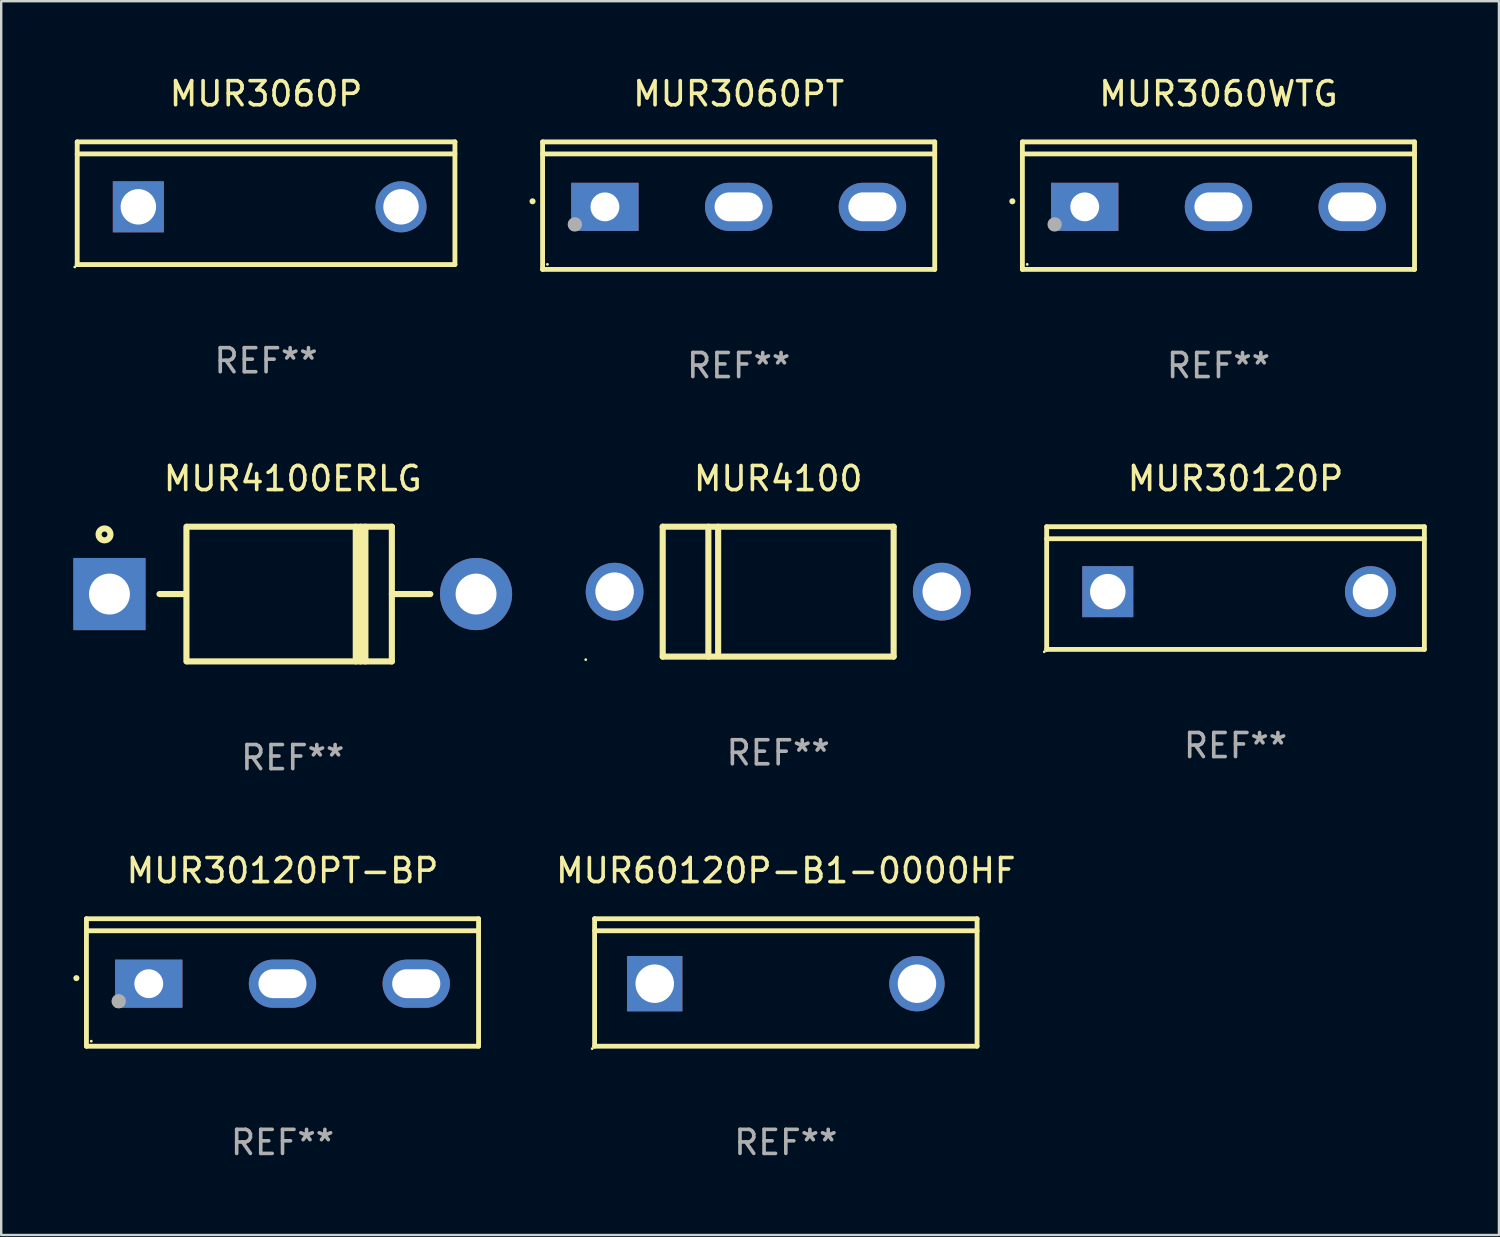
<source format=kicad_pcb>
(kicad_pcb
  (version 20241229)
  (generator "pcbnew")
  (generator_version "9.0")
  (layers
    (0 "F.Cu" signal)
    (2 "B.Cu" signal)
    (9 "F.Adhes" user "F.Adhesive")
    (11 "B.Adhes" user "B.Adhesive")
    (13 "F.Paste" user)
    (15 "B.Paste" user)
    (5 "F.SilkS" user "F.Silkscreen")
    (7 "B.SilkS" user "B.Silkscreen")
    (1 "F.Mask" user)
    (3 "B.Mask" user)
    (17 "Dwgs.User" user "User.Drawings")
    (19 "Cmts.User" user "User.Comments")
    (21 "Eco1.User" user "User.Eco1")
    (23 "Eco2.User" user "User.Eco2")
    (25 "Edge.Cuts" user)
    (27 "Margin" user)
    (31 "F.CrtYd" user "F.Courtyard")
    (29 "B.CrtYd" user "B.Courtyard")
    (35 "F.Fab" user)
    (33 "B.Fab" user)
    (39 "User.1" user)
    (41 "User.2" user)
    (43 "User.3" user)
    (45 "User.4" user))
  (footprint "MUR30120P"
    (layer "F.Cu")
    (at 48.312 21.396)
    (property "Reference" "MUR30120P" (at 0 -4.55 0) (layer "F.SilkS") (effects (font (size 1 1) (thickness 0.15))))
    (attr through_hole)
    (fp_line (start -7.851 -2.55) (end 7.851 -2.55) (stroke (width 0.201) (type solid)) (layer "F.SilkS"))
    (fp_line (start -7.851 -2.05) (end 7.851 -2.05) (stroke (width 0.201) (type solid)) (layer "F.SilkS"))
    (fp_line (start -7.851 2.55) (end -7.851 -2.55) (stroke (width 0.201) (type solid)) (layer "F.SilkS"))
    (fp_line (start 7.851 -2.55) (end 7.851 2.55) (stroke (width 0.201) (type solid)) (layer "F.SilkS"))
    (fp_line (start 7.851 2.55) (end -7.851 2.55) (stroke (width 0.201) (type solid)) (layer "F.SilkS"))
    (fp_circle (center -7.951 2.65) (end -7.921 2.65) (stroke (width 0.06) (type solid)) (fill no) (layer "F.SilkS"))
    (fp_text user "REF**" (at 0 6.55 0) (layer "F.Fab") (effects (font (size 1 1) (thickness 0.15))))
    (pad "1" thru_hole rect (at -5.31 0.15) (size 2.121 2.121) (drill 1.473) (layers "*.Cu" "*.Mask"))
    (pad "3" thru_hole circle (at 5.61 0.15) (size 2.121 2.121) (drill 1.473) (layers "*.Cu" "*.Mask")))
  (footprint "MUR4100"
    (layer "F.Cu")
    (at 29.3 21.546)
    (property "Reference" "MUR4100" (at 0 -4.7 0) (layer "F.SilkS") (effects (font (size 1 1) (thickness 0.15))))
    (attr through_hole)
    (fp_line (start -4.8 -2.7) (end -4.8 2.7) (stroke (width 0.254) (type solid)) (layer "F.SilkS"))
    (fp_line (start -4.8 -2.7) (end 4.8 -2.7) (stroke (width 0.254) (type solid)) (layer "F.SilkS"))
    (fp_line (start -2.902 -2.7) (end -2.902 2.7) (stroke (width 0.254) (type solid)) (layer "F.SilkS"))
    (fp_line (start -2.496 -2.7) (end -2.496 2.54) (stroke (width 0.254) (type solid)) (layer "F.SilkS"))
    (fp_line (start 4.8 -2.7) (end 4.8 2.7) (stroke (width 0.254) (type solid)) (layer "F.SilkS"))
    (fp_line (start 4.8 2.7) (end -4.8 2.7) (stroke (width 0.254) (type solid)) (layer "F.SilkS"))
    (fp_circle (center -8 2.827) (end -7.97 2.827) (stroke (width 0.06) (type solid)) (fill no) (layer "F.SilkS"))
    (fp_text user "REF**" (at 0 6.7 0) (layer "F.Fab") (effects (font (size 1 1) (thickness 0.15))))
    (pad "1" thru_hole circle (at -6.8 0) (size 2.4 2.4) (drill 1.6) (layers "*.Cu" "*.Mask"))
    (pad "2" thru_hole circle (at 6.8 0) (size 2.4 2.4) (drill 1.6) (layers "*.Cu" "*.Mask")))
  (footprint "MUR30120PT-BP"
    (layer "F.Cu")
    (at 8.694 37.793)
    (property "Reference" "MUR30120PT-BP" (at 0 -4.65 0) (layer "F.SilkS") (effects (font (size 1 1) (thickness 0.15))))
    (attr through_hole)
    (fp_line (start -8.151 -2.65) (end -8.151 2.65) (stroke (width 0.201) (type solid)) (layer "F.SilkS"))
    (fp_line (start 8.151 -2.65) (end -8.151 -2.65) (stroke (width 0.201) (type solid)) (layer "F.SilkS"))
    (fp_line (start 8.151 -2.15) (end -8.151 -2.15) (stroke (width 0.201) (type solid)) (layer "F.SilkS"))
    (fp_line (start 8.151 2.65) (end -8.151 2.65) (stroke (width 0.201) (type solid)) (layer "F.SilkS"))
    (fp_line (start 8.151 2.65) (end 8.151 -2.65) (stroke (width 0.201) (type solid)) (layer "F.SilkS"))
    (fp_arc (start -8.570003 -0.18048) (mid -8.568733 -0.180486) (end -8.567463 -0.18048) (stroke (width 0.24892) (type solid)) (layer "F.SilkS"))
    (fp_circle (center -7.95 2.44) (end -7.92 2.44) (stroke (width 0.06) (type solid)) (fill no) (layer "F.SilkS"))
    (fp_circle (center -6.81 0.78) (end -6.66 0.78) (stroke (width 0.3) (type solid)) (fill no) (layer "F.Fab"))
    (fp_text user "REF**" (at 0 6.65 0) (layer "F.Fab") (effects (font (size 1 1) (thickness 0.15))))
    (pad "1" thru_hole rect (at -5.56 0.05 90) (size 2 2.8) (drill 1.2) (layers "*.Cu" "*.Mask"))
    (pad "2" thru_hole oval (at 0 0.05 90) (size 2 2.8) (drill oval 1.2 2) (layers "*.Cu" "*.Mask"))
    (pad "3" thru_hole oval (at 5.56 0.05 90) (size 2 2.8) (drill oval 1.2 2) (layers "*.Cu" "*.Mask")))
  (footprint "MUR4100ERLG"
    (layer "F.Cu")
    (at 9.12 21.646)
    (property "Reference" "MUR4100ERLG" (at 0 -4.8 0) (layer "F.SilkS") (effects (font (size 1 1) (thickness 0.15))))
    (attr through_hole)
    (fp_line (start -5.54 0) (end -4.44 0) (stroke (width 0.254) (type solid)) (layer "F.SilkS"))
    (fp_line (start -4.42 2.8) (end -4.42 -2.8) (stroke (width 0.254) (type solid)) (layer "F.SilkS"))
    (fp_line (start -4.38 -2.8) (end 4.12 -2.8) (stroke (width 0.254) (type solid)) (layer "F.SilkS"))
    (fp_line (start 2.62 -2.8) (end 2.62 2.8) (stroke (width 0.254) (type solid)) (layer "F.SilkS"))
    (fp_line (start 2.82 -2.8) (end 2.82 2.8) (stroke (width 0.254) (type solid)) (layer "F.SilkS"))
    (fp_line (start 3.02 -2.8) (end 3.02 2.8) (stroke (width 0.254) (type solid)) (layer "F.SilkS"))
    (fp_line (start 4.12 -2.8) (end 4.12 2.8) (stroke (width 0.254) (type solid)) (layer "F.SilkS"))
    (fp_line (start 4.12 0) (end 5.72 0) (stroke (width 0.254) (type solid)) (layer "F.SilkS"))
    (fp_line (start 4.12 2.8) (end -4.38 2.8) (stroke (width 0.254) (type solid)) (layer "F.SilkS"))
    (fp_circle (center -7.825 -2.48) (end -7.705 -2.48) (stroke (width 0.254) (type solid)) (fill no) (layer "F.SilkS"))
    (fp_text user "REF**" (at 0 6.8 0) (layer "F.Fab") (effects (font (size 1 1) (thickness 0.15))))
    (pad "1" thru_hole rect (at -7.62 0 180) (size 3 3) (drill 1.7) (layers "*.Cu" "*.Mask"))
    (pad "2" thru_hole circle (at 7.62 0) (size 3 3) (drill 1.7) (layers "*.Cu" "*.Mask")))
  (footprint "MUR3060PT"
    (layer "F.Cu")
    (at 27.657 5.499)
    (property "Reference" "MUR3060PT" (at 0 -4.65 0) (layer "F.SilkS") (effects (font (size 1 1) (thickness 0.15))))
    (attr through_hole)
    (fp_line (start -8.151 -2.65) (end -8.151 2.65) (stroke (width 0.201) (type solid)) (layer "F.SilkS"))
    (fp_line (start 8.151 -2.65) (end -8.151 -2.65) (stroke (width 0.201) (type solid)) (layer "F.SilkS"))
    (fp_line (start 8.151 -2.15) (end -8.151 -2.15) (stroke (width 0.201) (type solid)) (layer "F.SilkS"))
    (fp_line (start 8.151 2.65) (end -8.151 2.65) (stroke (width 0.201) (type solid)) (layer "F.SilkS"))
    (fp_line (start 8.151 2.65) (end 8.151 -2.65) (stroke (width 0.201) (type solid)) (layer "F.SilkS"))
    (fp_arc (start -8.570003 -0.18048) (mid -8.568733 -0.180486) (end -8.567463 -0.18048) (stroke (width 0.24892) (type solid)) (layer "F.SilkS"))
    (fp_circle (center -7.95 2.44) (end -7.92 2.44) (stroke (width 0.06) (type solid)) (fill no) (layer "F.SilkS"))
    (fp_circle (center -6.81 0.78) (end -6.66 0.78) (stroke (width 0.3) (type solid)) (fill no) (layer "F.Fab"))
    (fp_text user "REF**" (at 0 6.65 0) (layer "F.Fab") (effects (font (size 1 1) (thickness 0.15))))
    (pad "1" thru_hole rect (at -5.56 0.05 90) (size 2 2.8) (drill 1.2) (layers "*.Cu" "*.Mask"))
    (pad "2" thru_hole oval (at 0 0.05 90) (size 2 2.8) (drill oval 1.2 2) (layers "*.Cu" "*.Mask"))
    (pad "3" thru_hole oval (at 5.56 0.05 90) (size 2 2.8) (drill oval 1.2 2) (layers "*.Cu" "*.Mask")))
  (footprint "MUR3060P"
    (layer "F.Cu")
    (at 8.011 5.398)
    (property "Reference" "MUR3060P" (at 0 -4.55 0) (layer "F.SilkS") (effects (font (size 1 1) (thickness 0.15))))
    (attr through_hole)
    (fp_line (start -7.851 -2.55) (end 7.851 -2.55) (stroke (width 0.201) (type solid)) (layer "F.SilkS"))
    (fp_line (start -7.851 -2.05) (end 7.851 -2.05) (stroke (width 0.201) (type solid)) (layer "F.SilkS"))
    (fp_line (start -7.851 2.55) (end -7.851 -2.55) (stroke (width 0.201) (type solid)) (layer "F.SilkS"))
    (fp_line (start 7.851 -2.55) (end 7.851 2.55) (stroke (width 0.201) (type solid)) (layer "F.SilkS"))
    (fp_line (start 7.851 2.55) (end -7.851 2.55) (stroke (width 0.201) (type solid)) (layer "F.SilkS"))
    (fp_circle (center -7.951 2.65) (end -7.921 2.65) (stroke (width 0.06) (type solid)) (fill no) (layer "F.SilkS"))
    (fp_text user "REF**" (at 0 6.55 0) (layer "F.Fab") (effects (font (size 1 1) (thickness 0.15))))
    (pad "1" thru_hole rect (at -5.31 0.15) (size 2.121 2.121) (drill 1.473) (layers "*.Cu" "*.Mask"))
    (pad "3" thru_hole circle (at 5.61 0.15) (size 2.121 2.121) (drill 1.473) (layers "*.Cu" "*.Mask")))
  (footprint "MUR60120P-B1-0000HF"
    (layer "F.Cu")
    (at 29.618 37.793)
    (property "Reference" "MUR60120P-B1-0000HF" (at 0 -4.65 0) (layer "F.SilkS") (effects (font (size 1 1) (thickness 0.15))))
    (attr through_hole)
    (fp_line (start -7.95 -2.65) (end -7.95 2.65) (stroke (width 0.2) (type solid)) (layer "F.SilkS"))
    (fp_line (start -7.95 -2.15) (end 7.95 -2.15) (stroke (width 0.2) (type solid)) (layer "F.SilkS"))
    (fp_line (start -7.95 2.65) (end 7.95 2.65) (stroke (width 0.2) (type solid)) (layer "F.SilkS"))
    (fp_line (start 7.95 -2.65) (end -7.95 -2.65) (stroke (width 0.2) (type solid)) (layer "F.SilkS"))
    (fp_line (start 7.95 2.65) (end 7.95 -2.65) (stroke (width 0.2) (type solid)) (layer "F.SilkS"))
    (fp_circle (center -8.05 2.75) (end -8.02 2.75) (stroke (width 0.06) (type solid)) (fill no) (layer "F.SilkS"))
    (fp_text user "REF**" (at 0 6.65 0) (layer "F.Fab") (effects (font (size 1 1) (thickness 0.15))))
    (pad "1" thru_hole rect (at -5.45 0.05) (size 2.3 2.3) (drill 1.6) (layers "*.Cu" "*.Mask"))
    (pad "3" thru_hole circle (at 5.451 0.05) (size 2.3 2.3) (drill 1.6) (layers "*.Cu" "*.Mask")))
  (footprint "MUR3060WTG"
    (layer "F.Cu")
    (at 47.603 5.499)
    (property "Reference" "MUR3060WTG" (at 0 -4.65 0) (layer "F.SilkS") (effects (font (size 1 1) (thickness 0.15))))
    (attr through_hole)
    (fp_line (start -8.151 -2.65) (end -8.151 2.65) (stroke (width 0.201) (type solid)) (layer "F.SilkS"))
    (fp_line (start 8.151 -2.65) (end -8.151 -2.65) (stroke (width 0.201) (type solid)) (layer "F.SilkS"))
    (fp_line (start 8.151 -2.15) (end -8.151 -2.15) (stroke (width 0.201) (type solid)) (layer "F.SilkS"))
    (fp_line (start 8.151 2.65) (end -8.151 2.65) (stroke (width 0.201) (type solid)) (layer "F.SilkS"))
    (fp_line (start 8.151 2.65) (end 8.151 -2.65) (stroke (width 0.201) (type solid)) (layer "F.SilkS"))
    (fp_arc (start -8.570003 -0.18048) (mid -8.568733 -0.180486) (end -8.567463 -0.18048) (stroke (width 0.24892) (type solid)) (layer "F.SilkS"))
    (fp_circle (center -7.95 2.44) (end -7.92 2.44) (stroke (width 0.06) (type solid)) (fill no) (layer "F.SilkS"))
    (fp_circle (center -6.81 0.78) (end -6.66 0.78) (stroke (width 0.3) (type solid)) (fill no) (layer "F.Fab"))
    (fp_text user "REF**" (at 0 6.65 0) (layer "F.Fab") (effects (font (size 1 1) (thickness 0.15))))
    (pad "1" thru_hole rect (at -5.56 0.05 90) (size 2 2.8) (drill 1.2) (layers "*.Cu" "*.Mask"))
    (pad "2" thru_hole oval (at 0 0.05 90) (size 2 2.8) (drill oval 1.2 2) (layers "*.Cu" "*.Mask"))
    (pad "3" thru_hole oval (at 5.56 0.05 90) (size 2 2.8) (drill oval 1.2 2) (layers "*.Cu" "*.Mask")))
  (gr_rect
    (start -3 -3)
    (end 59.263 48.291)
    (stroke (width 0.1) (type default))
    (fill no)
    (layer "Edge.Cuts")))
</source>
